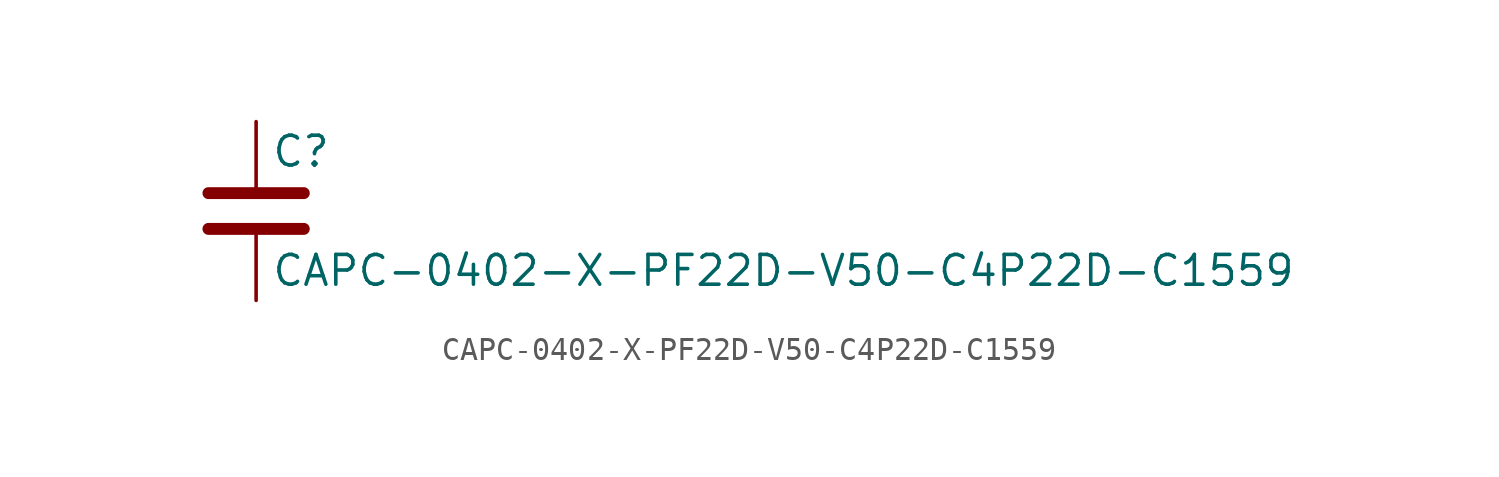
<source format=kicad_sym>
(kicad_symbol_lib
  (version 20211014)
  (generator kicad_symbol_editor)
  (symbol "CAPC-0402-X-PF22D-V50-C4P22D-C1559"
    (pin_numbers hide)
    (pin_names
      (offset 0.254))
    (property "Reference" "C"
      (at 0.635 2.54 0)
      (effects (font (size 1.27 1.27)) (justify left)))
    (property "Value" "CAPC-0402-X-PF22D-V50-C4P22D-C1559"
      (at 0.635 -2.54 0)
      (effects (font (size 1.27 1.27)) (justify left)))
    (symbol "CAPC-0402-X-PF22D-V50-C4P22D-C1559_0_1"
      (polyline (pts (xy -2.032 -0.762) (xy 2.032 -0.762)) (stroke (width 0.508) (type default) (color 0 0 0 0)) (fill (type none)))
      (polyline (pts (xy -2.032 0.762) (xy 2.032 0.762)) (stroke (width 0.508) (type default) (color 0 0 0 0)) (fill (type none))))
    (symbol "CAPC-0402-X-PF22D-V50-C4P22D-C1559_1_1"
      (pin passive line (at 0 3.81 270) (length 2.794) (name "~" (effects (font (size 1.27 1.27)))) (number "1" (effects (font (size 1.27 1.27)))))
      (pin passive line (at 0 -3.81 90) (length 2.794) (name "~" (effects (font (size 1.27 1.27)))) (number "2" (effects (font (size 1.27 1.27))))))))
</source>
